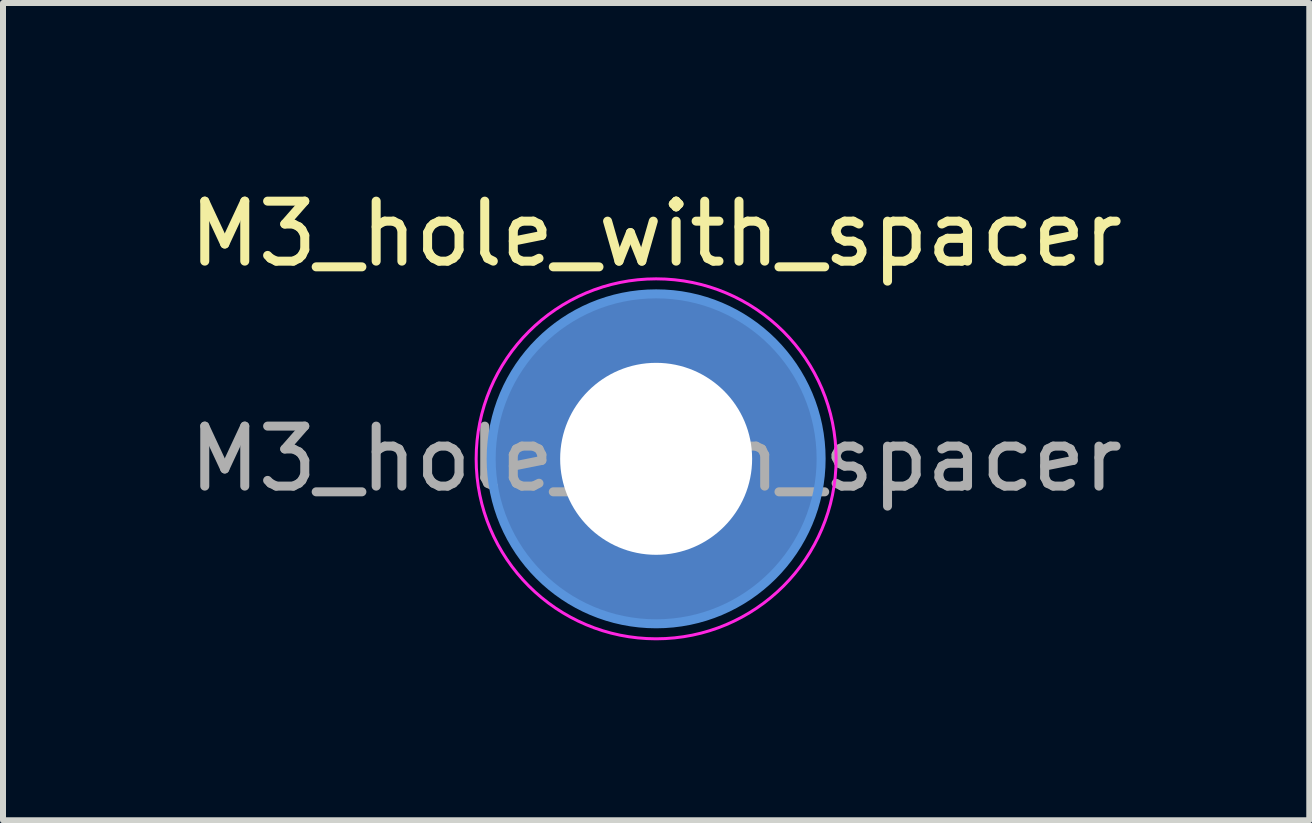
<source format=kicad_pcb>
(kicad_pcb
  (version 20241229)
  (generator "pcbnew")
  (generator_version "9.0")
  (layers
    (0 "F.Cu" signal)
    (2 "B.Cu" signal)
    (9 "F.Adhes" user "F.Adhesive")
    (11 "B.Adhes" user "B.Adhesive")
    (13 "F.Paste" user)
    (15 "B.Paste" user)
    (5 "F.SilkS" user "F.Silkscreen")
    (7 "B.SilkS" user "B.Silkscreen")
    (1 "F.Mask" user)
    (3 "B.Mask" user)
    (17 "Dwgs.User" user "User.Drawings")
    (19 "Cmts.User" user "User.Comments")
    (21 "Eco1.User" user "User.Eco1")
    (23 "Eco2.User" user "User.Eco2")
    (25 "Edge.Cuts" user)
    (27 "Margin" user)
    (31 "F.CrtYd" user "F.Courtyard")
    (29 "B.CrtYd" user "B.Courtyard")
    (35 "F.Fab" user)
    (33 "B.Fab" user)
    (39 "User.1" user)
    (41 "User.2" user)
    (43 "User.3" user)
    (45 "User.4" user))
  (footprint "M3_hole_with_spacer"
    (layer "F.Cu")
    (at 7.887 4.598)
    (property "Reference" "M3_hole_with_spacer" (at 0 -3.75 0) (layer "F.SilkS") (effects (font (size 1 1) (thickness 0.15))))
    (attr exclude_from_pos_files exclude_from_bom)
    (fp_circle (center 0 0) (end 2.75 0) (stroke (width 0.15) (type solid)) (fill no) (layer "Cmts.User"))
    (fp_circle (center 0 0) (end 3 0) (stroke (width 0.05) (type solid)) (fill no) (layer "F.CrtYd"))
    (fp_text user "${REFERENCE}" (at 0 0 0) (layer "F.Fab") (effects (font (size 1 1) (thickness 0.15))))
    (pad "1" thru_hole circle (at 0 0) (size 3.6 3.6) (drill 3.2) (layers "*.Cu" "*.Mask"))
    (pad "1" connect circle (at 0 0) (size 5.5 5.5) (layers "F.Cu" "F.Mask"))
    (pad "1" connect circle (at 0 0) (size 5.5 5.5) (layers "B.Cu" "B.Mask")))
  (gr_rect
    (start -3 -3)
    (end 18.774 10.623)
    (stroke (width 0.1) (type default))
    (fill no)
    (layer "Edge.Cuts")))
</source>
